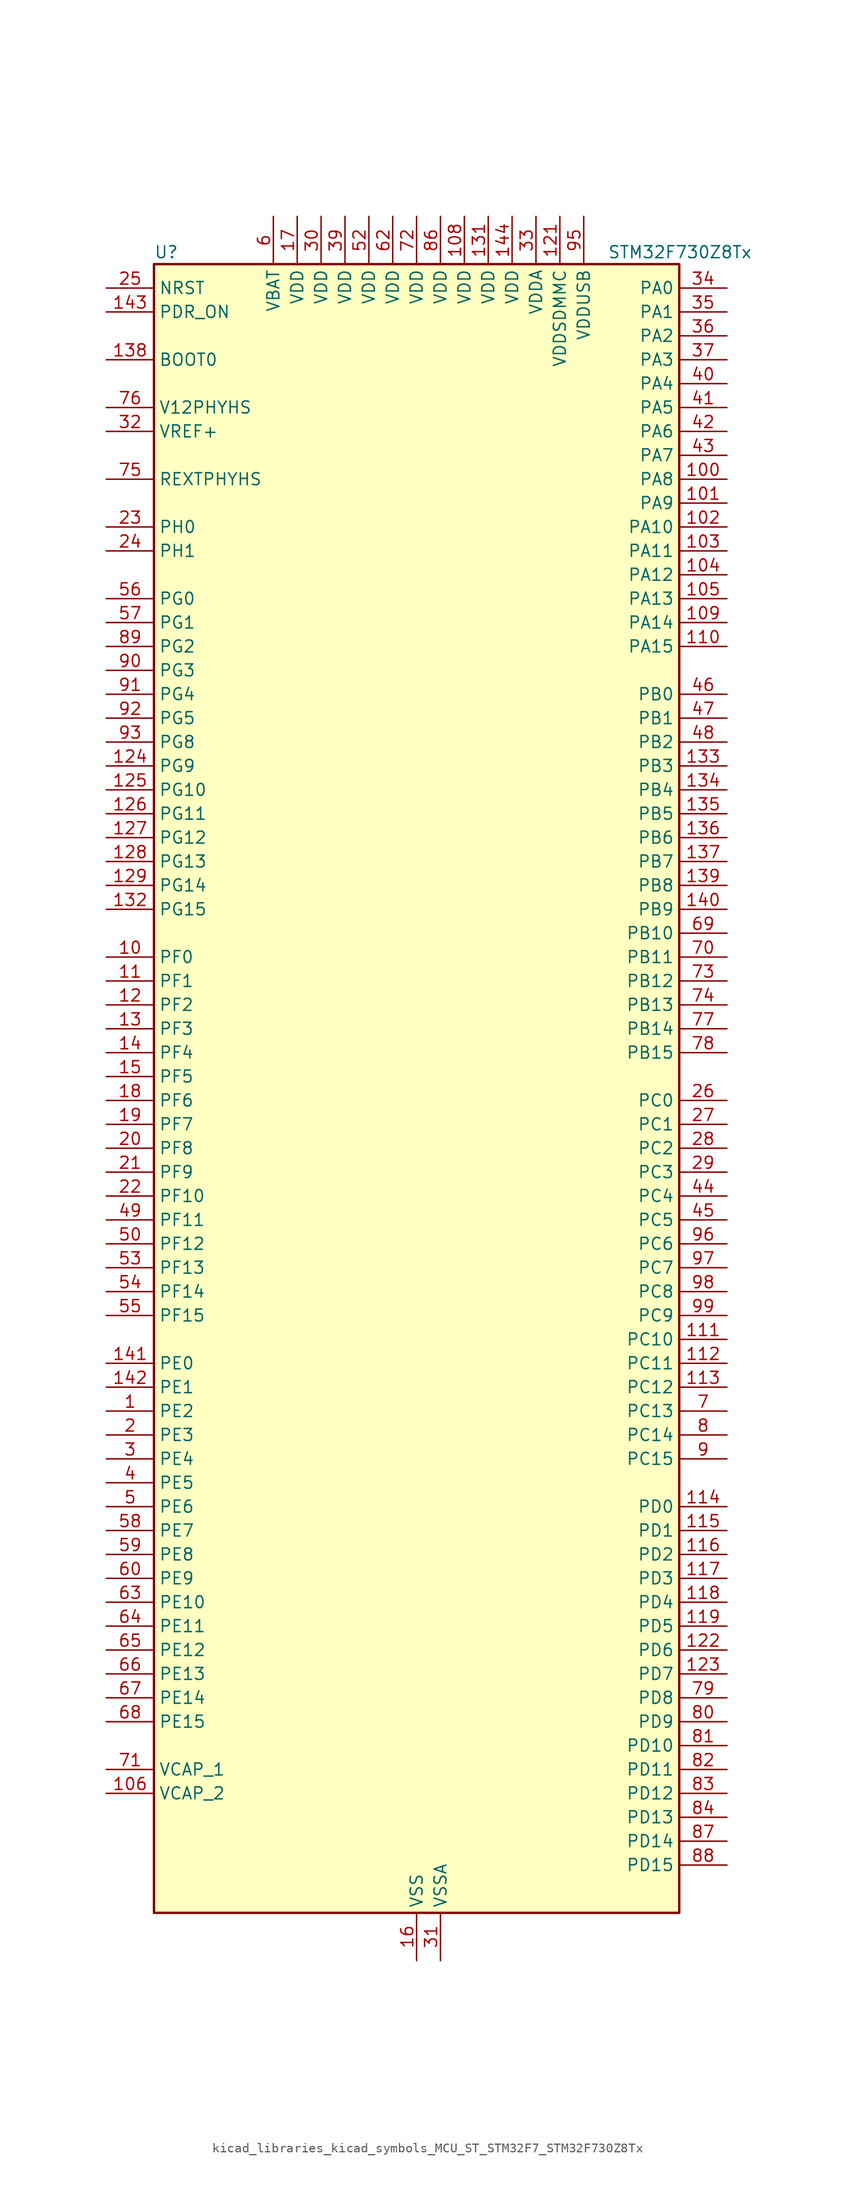
<source format=kicad_sym>
(kicad_symbol_lib
  (version 20220914)
  (generator kicad_symbol_editor)
  (symbol "kicad_libraries_kicad_symbols_MCU_ST_STM32F7_STM32F730Z8Tx"
    (property "Reference" "U"
      (at -27.94 90.17 0)
      (effects (font (size 1.27 1.27)) (justify left)))
    (property "Value" "STM32F730Z8Tx"
      (at 20.32 90.17 0)
      (effects (font (size 1.27 1.27)) (justify left)))
    (property "ki_locked" ""
      (at 0 0 0)
      (effects (font (size 1.27 1.27))))
    (symbol "kicad_libraries_kicad_symbols_MCU_ST_STM32F7_STM32F730Z8Tx_0_1"
      (rectangle (start -27.94 -86.36) (end 27.94 88.9) (stroke (width 0.254) (type default)) (fill (type background))))
    (symbol "kicad_libraries_kicad_symbols_MCU_ST_STM32F7_STM32F730Z8Tx_1_1"
      (pin bidirectional line (at -33.02 -33.02 0) (length 5.08) (name "PE2" (effects (font (size 1.27 1.27)))) (number "1" (effects (font (size 1.27 1.27)))) (alternate "FMC_A23" bidirectional line) (alternate "QUADSPI_BK1_IO2" bidirectional line) (alternate "SAI1_MCLK_A" bidirectional line) (alternate "SPI4_SCK" bidirectional line) (alternate "SYS_TRACECLK" bidirectional line))
      (pin bidirectional line (at -33.02 15.24 0) (length 5.08) (name "PF0" (effects (font (size 1.27 1.27)))) (number "10" (effects (font (size 1.27 1.27)))) (alternate "FMC_A0" bidirectional line) (alternate "I2C2_SDA" bidirectional line))
      (pin bidirectional line (at 33.02 66.04 180) (length 5.08) (name "PA8" (effects (font (size 1.27 1.27)))) (number "100" (effects (font (size 1.27 1.27)))) (alternate "I2C3_SCL" bidirectional line) (alternate "RCC_MCO_1" bidirectional line) (alternate "TIM1_CH1" bidirectional line) (alternate "TIM8_BKIN2" bidirectional line) (alternate "USART1_CK" bidirectional line) (alternate "USB_OTG_FS_SOF" bidirectional line))
      (pin bidirectional line (at 33.02 63.5 180) (length 5.08) (name "PA9" (effects (font (size 1.27 1.27)))) (number "101" (effects (font (size 1.27 1.27)))) (alternate "DAC_EXTI9" bidirectional line) (alternate "I2C3_SMBA" bidirectional line) (alternate "I2S2_CK" bidirectional line) (alternate "SPI2_SCK" bidirectional line) (alternate "TIM1_CH2" bidirectional line) (alternate "USART1_TX" bidirectional line) (alternate "USB_OTG_FS_VBUS" bidirectional line))
      (pin bidirectional line (at 33.02 60.96 180) (length 5.08) (name "PA10" (effects (font (size 1.27 1.27)))) (number "102" (effects (font (size 1.27 1.27)))) (alternate "TIM1_CH3" bidirectional line) (alternate "USART1_RX" bidirectional line) (alternate "USB_OTG_FS_ID" bidirectional line))
      (pin bidirectional line (at 33.02 58.42 180) (length 5.08) (name "PA11" (effects (font (size 1.27 1.27)))) (number "103" (effects (font (size 1.27 1.27)))) (alternate "ADC1_EXTI11" bidirectional line) (alternate "ADC2_EXTI11" bidirectional line) (alternate "ADC3_EXTI11" bidirectional line) (alternate "CAN1_RX" bidirectional line) (alternate "TIM1_CH4" bidirectional line) (alternate "USART1_CTS" bidirectional line) (alternate "USB_OTG_FS_DM" bidirectional line))
      (pin bidirectional line (at 33.02 55.88 180) (length 5.08) (name "PA12" (effects (font (size 1.27 1.27)))) (number "104" (effects (font (size 1.27 1.27)))) (alternate "CAN1_TX" bidirectional line) (alternate "SAI2_FS_B" bidirectional line) (alternate "TIM1_ETR" bidirectional line) (alternate "USART1_DE" bidirectional line) (alternate "USART1_RTS" bidirectional line) (alternate "USB_OTG_FS_DP" bidirectional line))
      (pin bidirectional line (at 33.02 53.34 180) (length 5.08) (name "PA13" (effects (font (size 1.27 1.27)))) (number "105" (effects (font (size 1.27 1.27)))) (alternate "SYS_JTMS-SWDIO" bidirectional line))
      (pin power_out line (at -33.02 -73.66 0) (length 5.08) (name "VCAP_2" (effects (font (size 1.27 1.27)))) (number "106" (effects (font (size 1.27 1.27)))))
      (pin passive line (at 0 -91.44 90) (length 5.08) hide (name "VSS" (effects (font (size 1.27 1.27)))) (number "107" (effects (font (size 1.27 1.27)))))
      (pin power_in line (at 5.08 93.98 270) (length 5.08) (name "VDD" (effects (font (size 1.27 1.27)))) (number "108" (effects (font (size 1.27 1.27)))))
      (pin bidirectional line (at 33.02 50.8 180) (length 5.08) (name "PA14" (effects (font (size 1.27 1.27)))) (number "109" (effects (font (size 1.27 1.27)))) (alternate "SYS_JTCK-SWCLK" bidirectional line))
      (pin bidirectional line (at -33.02 12.7 0) (length 5.08) (name "PF1" (effects (font (size 1.27 1.27)))) (number "11" (effects (font (size 1.27 1.27)))) (alternate "FMC_A1" bidirectional line) (alternate "I2C2_SCL" bidirectional line))
      (pin bidirectional line (at 33.02 48.26 180) (length 5.08) (name "PA15" (effects (font (size 1.27 1.27)))) (number "110" (effects (font (size 1.27 1.27)))) (alternate "I2S1_WS" bidirectional line) (alternate "I2S3_WS" bidirectional line) (alternate "SPI1_NSS" bidirectional line) (alternate "SPI3_NSS" bidirectional line) (alternate "SYS_JTDI" bidirectional line) (alternate "TIM2_CH1" bidirectional line) (alternate "TIM2_ETR" bidirectional line) (alternate "UART4_DE" bidirectional line) (alternate "UART4_RTS" bidirectional line))
      (pin bidirectional line (at 33.02 -25.4 180) (length 5.08) (name "PC10" (effects (font (size 1.27 1.27)))) (number "111" (effects (font (size 1.27 1.27)))) (alternate "I2S3_CK" bidirectional line) (alternate "QUADSPI_BK1_IO1" bidirectional line) (alternate "SDMMC1_D2" bidirectional line) (alternate "SPI3_SCK" bidirectional line) (alternate "UART4_TX" bidirectional line) (alternate "USART3_TX" bidirectional line))
      (pin bidirectional line (at 33.02 -27.94 180) (length 5.08) (name "PC11" (effects (font (size 1.27 1.27)))) (number "112" (effects (font (size 1.27 1.27)))) (alternate "ADC1_EXTI11" bidirectional line) (alternate "ADC2_EXTI11" bidirectional line) (alternate "ADC3_EXTI11" bidirectional line) (alternate "QUADSPI_BK2_NCS" bidirectional line) (alternate "SDMMC1_D3" bidirectional line) (alternate "SPI3_MISO" bidirectional line) (alternate "UART4_RX" bidirectional line) (alternate "USART3_RX" bidirectional line))
      (pin bidirectional line (at 33.02 -30.48 180) (length 5.08) (name "PC12" (effects (font (size 1.27 1.27)))) (number "113" (effects (font (size 1.27 1.27)))) (alternate "I2S3_SD" bidirectional line) (alternate "SDMMC1_CK" bidirectional line) (alternate "SPI3_MOSI" bidirectional line) (alternate "SYS_TRACED3" bidirectional line) (alternate "UART5_TX" bidirectional line) (alternate "USART3_CK" bidirectional line))
      (pin bidirectional line (at 33.02 -43.18 180) (length 5.08) (name "PD0" (effects (font (size 1.27 1.27)))) (number "114" (effects (font (size 1.27 1.27)))) (alternate "CAN1_RX" bidirectional line) (alternate "FMC_D2" bidirectional line) (alternate "FMC_DA2" bidirectional line))
      (pin bidirectional line (at 33.02 -45.72 180) (length 5.08) (name "PD1" (effects (font (size 1.27 1.27)))) (number "115" (effects (font (size 1.27 1.27)))) (alternate "CAN1_TX" bidirectional line) (alternate "FMC_D3" bidirectional line) (alternate "FMC_DA3" bidirectional line))
      (pin bidirectional line (at 33.02 -48.26 180) (length 5.08) (name "PD2" (effects (font (size 1.27 1.27)))) (number "116" (effects (font (size 1.27 1.27)))) (alternate "SDMMC1_CMD" bidirectional line) (alternate "SYS_TRACED2" bidirectional line) (alternate "TIM3_ETR" bidirectional line) (alternate "UART5_RX" bidirectional line))
      (pin bidirectional line (at 33.02 -50.8 180) (length 5.08) (name "PD3" (effects (font (size 1.27 1.27)))) (number "117" (effects (font (size 1.27 1.27)))) (alternate "FMC_CLK" bidirectional line) (alternate "I2S2_CK" bidirectional line) (alternate "SPI2_SCK" bidirectional line) (alternate "USART2_CTS" bidirectional line))
      (pin bidirectional line (at 33.02 -53.34 180) (length 5.08) (name "PD4" (effects (font (size 1.27 1.27)))) (number "118" (effects (font (size 1.27 1.27)))) (alternate "FMC_NOE" bidirectional line) (alternate "USART2_DE" bidirectional line) (alternate "USART2_RTS" bidirectional line))
      (pin bidirectional line (at 33.02 -55.88 180) (length 5.08) (name "PD5" (effects (font (size 1.27 1.27)))) (number "119" (effects (font (size 1.27 1.27)))) (alternate "FMC_NWE" bidirectional line) (alternate "USART2_TX" bidirectional line))
      (pin bidirectional line (at -33.02 10.16 0) (length 5.08) (name "PF2" (effects (font (size 1.27 1.27)))) (number "12" (effects (font (size 1.27 1.27)))) (alternate "FMC_A2" bidirectional line) (alternate "I2C2_SMBA" bidirectional line))
      (pin passive line (at 0 -91.44 90) (length 5.08) hide (name "VSS" (effects (font (size 1.27 1.27)))) (number "120" (effects (font (size 1.27 1.27)))))
      (pin power_in line (at 15.24 93.98 270) (length 5.08) (name "VDDSDMMC" (effects (font (size 1.27 1.27)))) (number "121" (effects (font (size 1.27 1.27)))))
      (pin bidirectional line (at 33.02 -58.42 180) (length 5.08) (name "PD6" (effects (font (size 1.27 1.27)))) (number "122" (effects (font (size 1.27 1.27)))) (alternate "FMC_NWAIT" bidirectional line) (alternate "I2S3_SD" bidirectional line) (alternate "SAI1_SD_A" bidirectional line) (alternate "SDMMC2_CK" bidirectional line) (alternate "SPI3_MOSI" bidirectional line) (alternate "USART2_RX" bidirectional line))
      (pin bidirectional line (at 33.02 -60.96 180) (length 5.08) (name "PD7" (effects (font (size 1.27 1.27)))) (number "123" (effects (font (size 1.27 1.27)))) (alternate "FMC_NE1" bidirectional line) (alternate "SDMMC2_CMD" bidirectional line) (alternate "USART2_CK" bidirectional line))
      (pin bidirectional line (at -33.02 35.56 0) (length 5.08) (name "PG9" (effects (font (size 1.27 1.27)))) (number "124" (effects (font (size 1.27 1.27)))) (alternate "DAC_EXTI9" bidirectional line) (alternate "FMC_NCE" bidirectional line) (alternate "FMC_NE2" bidirectional line) (alternate "QUADSPI_BK2_IO2" bidirectional line) (alternate "SAI2_FS_B" bidirectional line) (alternate "SDMMC2_D0" bidirectional line) (alternate "USART6_RX" bidirectional line))
      (pin bidirectional line (at -33.02 33.02 0) (length 5.08) (name "PG10" (effects (font (size 1.27 1.27)))) (number "125" (effects (font (size 1.27 1.27)))) (alternate "FMC_NE3" bidirectional line) (alternate "SAI2_SD_B" bidirectional line) (alternate "SDMMC2_D1" bidirectional line))
      (pin bidirectional line (at -33.02 30.48 0) (length 5.08) (name "PG11" (effects (font (size 1.27 1.27)))) (number "126" (effects (font (size 1.27 1.27)))) (alternate "ADC1_EXTI11" bidirectional line) (alternate "ADC2_EXTI11" bidirectional line) (alternate "ADC3_EXTI11" bidirectional line) (alternate "FMC_INT" bidirectional line) (alternate "SDMMC2_D2" bidirectional line))
      (pin bidirectional line (at -33.02 27.94 0) (length 5.08) (name "PG12" (effects (font (size 1.27 1.27)))) (number "127" (effects (font (size 1.27 1.27)))) (alternate "FMC_NE4" bidirectional line) (alternate "LPTIM1_IN1" bidirectional line) (alternate "SDMMC2_D3" bidirectional line) (alternate "USART6_DE" bidirectional line) (alternate "USART6_RTS" bidirectional line))
      (pin bidirectional line (at -33.02 25.4 0) (length 5.08) (name "PG13" (effects (font (size 1.27 1.27)))) (number "128" (effects (font (size 1.27 1.27)))) (alternate "FMC_A24" bidirectional line) (alternate "LPTIM1_OUT" bidirectional line) (alternate "SYS_TRACED0" bidirectional line) (alternate "USART6_CTS" bidirectional line))
      (pin bidirectional line (at -33.02 22.86 0) (length 5.08) (name "PG14" (effects (font (size 1.27 1.27)))) (number "129" (effects (font (size 1.27 1.27)))) (alternate "FMC_A25" bidirectional line) (alternate "LPTIM1_ETR" bidirectional line) (alternate "QUADSPI_BK2_IO3" bidirectional line) (alternate "SYS_TRACED1" bidirectional line) (alternate "USART6_TX" bidirectional line))
      (pin bidirectional line (at -33.02 7.62 0) (length 5.08) (name "PF3" (effects (font (size 1.27 1.27)))) (number "13" (effects (font (size 1.27 1.27)))) (alternate "ADC3_IN9" bidirectional line) (alternate "FMC_A3" bidirectional line))
      (pin passive line (at 0 -91.44 90) (length 5.08) hide (name "VSS" (effects (font (size 1.27 1.27)))) (number "130" (effects (font (size 1.27 1.27)))))
      (pin power_in line (at 7.62 93.98 270) (length 5.08) (name "VDD" (effects (font (size 1.27 1.27)))) (number "131" (effects (font (size 1.27 1.27)))))
      (pin bidirectional line (at -33.02 20.32 0) (length 5.08) (name "PG15" (effects (font (size 1.27 1.27)))) (number "132" (effects (font (size 1.27 1.27)))) (alternate "FMC_SDNCAS" bidirectional line) (alternate "USART6_CTS" bidirectional line))
      (pin bidirectional line (at 33.02 35.56 180) (length 5.08) (name "PB3" (effects (font (size 1.27 1.27)))) (number "133" (effects (font (size 1.27 1.27)))) (alternate "I2S1_CK" bidirectional line) (alternate "I2S3_CK" bidirectional line) (alternate "SDMMC2_D2" bidirectional line) (alternate "SPI1_SCK" bidirectional line) (alternate "SPI3_SCK" bidirectional line) (alternate "SYS_JTDO-SWO" bidirectional line) (alternate "TIM2_CH2" bidirectional line))
      (pin bidirectional line (at 33.02 33.02 180) (length 5.08) (name "PB4" (effects (font (size 1.27 1.27)))) (number "134" (effects (font (size 1.27 1.27)))) (alternate "I2S2_WS" bidirectional line) (alternate "SDMMC2_D3" bidirectional line) (alternate "SPI1_MISO" bidirectional line) (alternate "SPI2_NSS" bidirectional line) (alternate "SPI3_MISO" bidirectional line) (alternate "SYS_JTRST" bidirectional line) (alternate "TIM3_CH1" bidirectional line))
      (pin bidirectional line (at 33.02 30.48 180) (length 5.08) (name "PB5" (effects (font (size 1.27 1.27)))) (number "135" (effects (font (size 1.27 1.27)))) (alternate "FMC_SDCKE1" bidirectional line) (alternate "I2C1_SMBA" bidirectional line) (alternate "I2S1_SD" bidirectional line) (alternate "I2S3_SD" bidirectional line) (alternate "SPI1_MOSI" bidirectional line) (alternate "SPI3_MOSI" bidirectional line) (alternate "TIM3_CH2" bidirectional line))
      (pin bidirectional line (at 33.02 27.94 180) (length 5.08) (name "PB6" (effects (font (size 1.27 1.27)))) (number "136" (effects (font (size 1.27 1.27)))) (alternate "FMC_SDNE1" bidirectional line) (alternate "I2C1_SCL" bidirectional line) (alternate "QUADSPI_BK1_NCS" bidirectional line) (alternate "TIM4_CH1" bidirectional line) (alternate "USART1_TX" bidirectional line))
      (pin bidirectional line (at 33.02 25.4 180) (length 5.08) (name "PB7" (effects (font (size 1.27 1.27)))) (number "137" (effects (font (size 1.27 1.27)))) (alternate "FMC_NL" bidirectional line) (alternate "I2C1_SDA" bidirectional line) (alternate "TIM4_CH2" bidirectional line) (alternate "USART1_RX" bidirectional line))
      (pin input line (at -33.02 78.74 0) (length 5.08) (name "BOOT0" (effects (font (size 1.27 1.27)))) (number "138" (effects (font (size 1.27 1.27)))))
      (pin bidirectional line (at 33.02 22.86 180) (length 5.08) (name "PB8" (effects (font (size 1.27 1.27)))) (number "139" (effects (font (size 1.27 1.27)))) (alternate "CAN1_RX" bidirectional line) (alternate "I2C1_SCL" bidirectional line) (alternate "SDMMC1_D4" bidirectional line) (alternate "SDMMC2_D4" bidirectional line) (alternate "TIM10_CH1" bidirectional line) (alternate "TIM4_CH3" bidirectional line))
      (pin bidirectional line (at -33.02 5.08 0) (length 5.08) (name "PF4" (effects (font (size 1.27 1.27)))) (number "14" (effects (font (size 1.27 1.27)))) (alternate "ADC3_IN14" bidirectional line) (alternate "FMC_A4" bidirectional line))
      (pin bidirectional line (at 33.02 20.32 180) (length 5.08) (name "PB9" (effects (font (size 1.27 1.27)))) (number "140" (effects (font (size 1.27 1.27)))) (alternate "CAN1_TX" bidirectional line) (alternate "DAC_EXTI9" bidirectional line) (alternate "I2C1_SDA" bidirectional line) (alternate "I2S2_WS" bidirectional line) (alternate "SDMMC1_D5" bidirectional line) (alternate "SDMMC2_D5" bidirectional line) (alternate "SPI2_NSS" bidirectional line) (alternate "TIM11_CH1" bidirectional line) (alternate "TIM4_CH4" bidirectional line))
      (pin bidirectional line (at -33.02 -27.94 0) (length 5.08) (name "PE0" (effects (font (size 1.27 1.27)))) (number "141" (effects (font (size 1.27 1.27)))) (alternate "FMC_NBL0" bidirectional line) (alternate "LPTIM1_ETR" bidirectional line) (alternate "SAI2_MCLK_A" bidirectional line) (alternate "TIM4_ETR" bidirectional line) (alternate "UART8_RX" bidirectional line))
      (pin bidirectional line (at -33.02 -30.48 0) (length 5.08) (name "PE1" (effects (font (size 1.27 1.27)))) (number "142" (effects (font (size 1.27 1.27)))) (alternate "FMC_NBL1" bidirectional line) (alternate "LPTIM1_IN2" bidirectional line) (alternate "UART8_TX" bidirectional line))
      (pin input line (at -33.02 83.82 0) (length 5.08) (name "PDR_ON" (effects (font (size 1.27 1.27)))) (number "143" (effects (font (size 1.27 1.27)))))
      (pin power_in line (at 10.16 93.98 270) (length 5.08) (name "VDD" (effects (font (size 1.27 1.27)))) (number "144" (effects (font (size 1.27 1.27)))))
      (pin bidirectional line (at -33.02 2.54 0) (length 5.08) (name "PF5" (effects (font (size 1.27 1.27)))) (number "15" (effects (font (size 1.27 1.27)))) (alternate "ADC3_IN15" bidirectional line) (alternate "FMC_A5" bidirectional line))
      (pin power_in line (at 0 -91.44 90) (length 5.08) (name "VSS" (effects (font (size 1.27 1.27)))) (number "16" (effects (font (size 1.27 1.27)))))
      (pin power_in line (at -12.7 93.98 270) (length 5.08) (name "VDD" (effects (font (size 1.27 1.27)))) (number "17" (effects (font (size 1.27 1.27)))))
      (pin bidirectional line (at -33.02 0 0) (length 5.08) (name "PF6" (effects (font (size 1.27 1.27)))) (number "18" (effects (font (size 1.27 1.27)))) (alternate "ADC3_IN4" bidirectional line) (alternate "QUADSPI_BK1_IO3" bidirectional line) (alternate "SAI1_SD_B" bidirectional line) (alternate "SPI5_NSS" bidirectional line) (alternate "TIM10_CH1" bidirectional line) (alternate "UART7_RX" bidirectional line))
      (pin bidirectional line (at -33.02 -2.54 0) (length 5.08) (name "PF7" (effects (font (size 1.27 1.27)))) (number "19" (effects (font (size 1.27 1.27)))) (alternate "ADC3_IN5" bidirectional line) (alternate "QUADSPI_BK1_IO2" bidirectional line) (alternate "SAI1_MCLK_B" bidirectional line) (alternate "SPI5_SCK" bidirectional line) (alternate "TIM11_CH1" bidirectional line) (alternate "UART7_TX" bidirectional line))
      (pin bidirectional line (at -33.02 -35.56 0) (length 5.08) (name "PE3" (effects (font (size 1.27 1.27)))) (number "2" (effects (font (size 1.27 1.27)))) (alternate "FMC_A19" bidirectional line) (alternate "SAI1_SD_B" bidirectional line) (alternate "SYS_TRACED0" bidirectional line))
      (pin bidirectional line (at -33.02 -5.08 0) (length 5.08) (name "PF8" (effects (font (size 1.27 1.27)))) (number "20" (effects (font (size 1.27 1.27)))) (alternate "ADC3_IN6" bidirectional line) (alternate "QUADSPI_BK1_IO0" bidirectional line) (alternate "SAI1_SCK_B" bidirectional line) (alternate "SPI5_MISO" bidirectional line) (alternate "TIM13_CH1" bidirectional line) (alternate "UART7_DE" bidirectional line) (alternate "UART7_RTS" bidirectional line))
      (pin bidirectional line (at -33.02 -7.62 0) (length 5.08) (name "PF9" (effects (font (size 1.27 1.27)))) (number "21" (effects (font (size 1.27 1.27)))) (alternate "ADC3_IN7" bidirectional line) (alternate "DAC_EXTI9" bidirectional line) (alternate "QUADSPI_BK1_IO1" bidirectional line) (alternate "SAI1_FS_B" bidirectional line) (alternate "SPI5_MOSI" bidirectional line) (alternate "TIM14_CH1" bidirectional line) (alternate "UART7_CTS" bidirectional line))
      (pin bidirectional line (at -33.02 -10.16 0) (length 5.08) (name "PF10" (effects (font (size 1.27 1.27)))) (number "22" (effects (font (size 1.27 1.27)))) (alternate "ADC3_IN8" bidirectional line))
      (pin bidirectional line (at -33.02 60.96 0) (length 5.08) (name "PH0" (effects (font (size 1.27 1.27)))) (number "23" (effects (font (size 1.27 1.27)))) (alternate "RCC_OSC_IN" bidirectional line))
      (pin bidirectional line (at -33.02 58.42 0) (length 5.08) (name "PH1" (effects (font (size 1.27 1.27)))) (number "24" (effects (font (size 1.27 1.27)))) (alternate "RCC_OSC_OUT" bidirectional line))
      (pin input line (at -33.02 86.36 0) (length 5.08) (name "NRST" (effects (font (size 1.27 1.27)))) (number "25" (effects (font (size 1.27 1.27)))))
      (pin bidirectional line (at 33.02 0 180) (length 5.08) (name "PC0" (effects (font (size 1.27 1.27)))) (number "26" (effects (font (size 1.27 1.27)))) (alternate "ADC1_IN10" bidirectional line) (alternate "ADC2_IN10" bidirectional line) (alternate "ADC3_IN10" bidirectional line) (alternate "FMC_SDNWE" bidirectional line) (alternate "SAI2_FS_B" bidirectional line))
      (pin bidirectional line (at 33.02 -2.54 180) (length 5.08) (name "PC1" (effects (font (size 1.27 1.27)))) (number "27" (effects (font (size 1.27 1.27)))) (alternate "ADC1_IN11" bidirectional line) (alternate "ADC2_IN11" bidirectional line) (alternate "ADC3_IN11" bidirectional line) (alternate "I2S2_SD" bidirectional line) (alternate "RTC_TAMP3" bidirectional line) (alternate "RTC_TS" bidirectional line) (alternate "SAI1_SD_A" bidirectional line) (alternate "SPI2_MOSI" bidirectional line) (alternate "SYS_TRACED0" bidirectional line) (alternate "SYS_WKUP3" bidirectional line))
      (pin bidirectional line (at 33.02 -5.08 180) (length 5.08) (name "PC2" (effects (font (size 1.27 1.27)))) (number "28" (effects (font (size 1.27 1.27)))) (alternate "ADC1_IN12" bidirectional line) (alternate "ADC2_IN12" bidirectional line) (alternate "ADC3_IN12" bidirectional line) (alternate "FMC_SDNE0" bidirectional line) (alternate "SPI2_MISO" bidirectional line))
      (pin bidirectional line (at 33.02 -7.62 180) (length 5.08) (name "PC3" (effects (font (size 1.27 1.27)))) (number "29" (effects (font (size 1.27 1.27)))) (alternate "ADC1_IN13" bidirectional line) (alternate "ADC2_IN13" bidirectional line) (alternate "ADC3_IN13" bidirectional line) (alternate "FMC_SDCKE0" bidirectional line) (alternate "I2S2_SD" bidirectional line) (alternate "SPI2_MOSI" bidirectional line))
      (pin bidirectional line (at -33.02 -38.1 0) (length 5.08) (name "PE4" (effects (font (size 1.27 1.27)))) (number "3" (effects (font (size 1.27 1.27)))) (alternate "FMC_A20" bidirectional line) (alternate "SAI1_FS_A" bidirectional line) (alternate "SPI4_NSS" bidirectional line) (alternate "SYS_TRACED1" bidirectional line))
      (pin power_in line (at -10.16 93.98 270) (length 5.08) (name "VDD" (effects (font (size 1.27 1.27)))) (number "30" (effects (font (size 1.27 1.27)))))
      (pin power_in line (at 2.54 -91.44 90) (length 5.08) (name "VSSA" (effects (font (size 1.27 1.27)))) (number "31" (effects (font (size 1.27 1.27)))))
      (pin input line (at -33.02 71.12 0) (length 5.08) (name "VREF+" (effects (font (size 1.27 1.27)))) (number "32" (effects (font (size 1.27 1.27)))))
      (pin power_in line (at 12.7 93.98 270) (length 5.08) (name "VDDA" (effects (font (size 1.27 1.27)))) (number "33" (effects (font (size 1.27 1.27)))))
      (pin bidirectional line (at 33.02 86.36 180) (length 5.08) (name "PA0" (effects (font (size 1.27 1.27)))) (number "34" (effects (font (size 1.27 1.27)))) (alternate "ADC1_IN0" bidirectional line) (alternate "ADC2_IN0" bidirectional line) (alternate "ADC3_IN0" bidirectional line) (alternate "SAI2_SD_B" bidirectional line) (alternate "SYS_WKUP1" bidirectional line) (alternate "TIM2_CH1" bidirectional line) (alternate "TIM2_ETR" bidirectional line) (alternate "TIM5_CH1" bidirectional line) (alternate "TIM8_ETR" bidirectional line) (alternate "UART4_TX" bidirectional line) (alternate "USART2_CTS" bidirectional line))
      (pin bidirectional line (at 33.02 83.82 180) (length 5.08) (name "PA1" (effects (font (size 1.27 1.27)))) (number "35" (effects (font (size 1.27 1.27)))) (alternate "ADC1_IN1" bidirectional line) (alternate "ADC2_IN1" bidirectional line) (alternate "ADC3_IN1" bidirectional line) (alternate "QUADSPI_BK1_IO3" bidirectional line) (alternate "SAI2_MCLK_B" bidirectional line) (alternate "TIM2_CH2" bidirectional line) (alternate "TIM5_CH2" bidirectional line) (alternate "UART4_RX" bidirectional line) (alternate "USART2_DE" bidirectional line) (alternate "USART2_RTS" bidirectional line))
      (pin bidirectional line (at 33.02 81.28 180) (length 5.08) (name "PA2" (effects (font (size 1.27 1.27)))) (number "36" (effects (font (size 1.27 1.27)))) (alternate "ADC1_IN2" bidirectional line) (alternate "ADC2_IN2" bidirectional line) (alternate "ADC3_IN2" bidirectional line) (alternate "SAI2_SCK_B" bidirectional line) (alternate "SYS_WKUP2" bidirectional line) (alternate "TIM2_CH3" bidirectional line) (alternate "TIM5_CH3" bidirectional line) (alternate "TIM9_CH1" bidirectional line) (alternate "USART2_TX" bidirectional line))
      (pin bidirectional line (at 33.02 78.74 180) (length 5.08) (name "PA3" (effects (font (size 1.27 1.27)))) (number "37" (effects (font (size 1.27 1.27)))) (alternate "ADC1_IN3" bidirectional line) (alternate "ADC2_IN3" bidirectional line) (alternate "ADC3_IN3" bidirectional line) (alternate "TIM2_CH4" bidirectional line) (alternate "TIM5_CH4" bidirectional line) (alternate "TIM9_CH2" bidirectional line) (alternate "USART2_RX" bidirectional line))
      (pin passive line (at 0 -91.44 90) (length 5.08) hide (name "VSS" (effects (font (size 1.27 1.27)))) (number "38" (effects (font (size 1.27 1.27)))))
      (pin power_in line (at -7.62 93.98 270) (length 5.08) (name "VDD" (effects (font (size 1.27 1.27)))) (number "39" (effects (font (size 1.27 1.27)))))
      (pin bidirectional line (at -33.02 -40.64 0) (length 5.08) (name "PE5" (effects (font (size 1.27 1.27)))) (number "4" (effects (font (size 1.27 1.27)))) (alternate "FMC_A21" bidirectional line) (alternate "SAI1_SCK_A" bidirectional line) (alternate "SPI4_MISO" bidirectional line) (alternate "SYS_TRACED2" bidirectional line) (alternate "TIM9_CH1" bidirectional line))
      (pin bidirectional line (at 33.02 76.2 180) (length 5.08) (name "PA4" (effects (font (size 1.27 1.27)))) (number "40" (effects (font (size 1.27 1.27)))) (alternate "ADC1_IN4" bidirectional line) (alternate "ADC2_IN4" bidirectional line) (alternate "DAC_OUT1" bidirectional line) (alternate "I2S1_WS" bidirectional line) (alternate "I2S3_WS" bidirectional line) (alternate "SPI1_NSS" bidirectional line) (alternate "SPI3_NSS" bidirectional line) (alternate "USART2_CK" bidirectional line) (alternate "USB_OTG_HS_SOF" bidirectional line))
      (pin bidirectional line (at 33.02 73.66 180) (length 5.08) (name "PA5" (effects (font (size 1.27 1.27)))) (number "41" (effects (font (size 1.27 1.27)))) (alternate "ADC1_IN5" bidirectional line) (alternate "ADC2_IN5" bidirectional line) (alternate "DAC_OUT2" bidirectional line) (alternate "I2S1_CK" bidirectional line) (alternate "SPI1_SCK" bidirectional line) (alternate "TIM2_CH1" bidirectional line) (alternate "TIM2_ETR" bidirectional line) (alternate "TIM8_CH1N" bidirectional line))
      (pin bidirectional line (at 33.02 71.12 180) (length 5.08) (name "PA6" (effects (font (size 1.27 1.27)))) (number "42" (effects (font (size 1.27 1.27)))) (alternate "ADC1_IN6" bidirectional line) (alternate "ADC2_IN6" bidirectional line) (alternate "SPI1_MISO" bidirectional line) (alternate "TIM13_CH1" bidirectional line) (alternate "TIM1_BKIN" bidirectional line) (alternate "TIM3_CH1" bidirectional line) (alternate "TIM8_BKIN" bidirectional line))
      (pin bidirectional line (at 33.02 68.58 180) (length 5.08) (name "PA7" (effects (font (size 1.27 1.27)))) (number "43" (effects (font (size 1.27 1.27)))) (alternate "ADC1_IN7" bidirectional line) (alternate "ADC2_IN7" bidirectional line) (alternate "FMC_SDNWE" bidirectional line) (alternate "I2S1_SD" bidirectional line) (alternate "SPI1_MOSI" bidirectional line) (alternate "TIM14_CH1" bidirectional line) (alternate "TIM1_CH1N" bidirectional line) (alternate "TIM3_CH2" bidirectional line) (alternate "TIM8_CH1N" bidirectional line))
      (pin bidirectional line (at 33.02 -10.16 180) (length 5.08) (name "PC4" (effects (font (size 1.27 1.27)))) (number "44" (effects (font (size 1.27 1.27)))) (alternate "ADC1_IN14" bidirectional line) (alternate "ADC2_IN14" bidirectional line) (alternate "FMC_SDNE0" bidirectional line) (alternate "I2S1_MCK" bidirectional line))
      (pin bidirectional line (at 33.02 -12.7 180) (length 5.08) (name "PC5" (effects (font (size 1.27 1.27)))) (number "45" (effects (font (size 1.27 1.27)))) (alternate "ADC1_IN15" bidirectional line) (alternate "ADC2_IN15" bidirectional line) (alternate "FMC_SDCKE0" bidirectional line))
      (pin bidirectional line (at 33.02 43.18 180) (length 5.08) (name "PB0" (effects (font (size 1.27 1.27)))) (number "46" (effects (font (size 1.27 1.27)))) (alternate "ADC1_IN8" bidirectional line) (alternate "ADC2_IN8" bidirectional line) (alternate "TIM1_CH2N" bidirectional line) (alternate "TIM3_CH3" bidirectional line) (alternate "TIM8_CH2N" bidirectional line) (alternate "UART4_CTS" bidirectional line))
      (pin bidirectional line (at 33.02 40.64 180) (length 5.08) (name "PB1" (effects (font (size 1.27 1.27)))) (number "47" (effects (font (size 1.27 1.27)))) (alternate "ADC1_IN9" bidirectional line) (alternate "ADC2_IN9" bidirectional line) (alternate "TIM1_CH3N" bidirectional line) (alternate "TIM3_CH4" bidirectional line) (alternate "TIM8_CH3N" bidirectional line))
      (pin bidirectional line (at 33.02 38.1 180) (length 5.08) (name "PB2" (effects (font (size 1.27 1.27)))) (number "48" (effects (font (size 1.27 1.27)))) (alternate "I2S3_SD" bidirectional line) (alternate "QUADSPI_CLK" bidirectional line) (alternate "SAI1_SD_A" bidirectional line) (alternate "SPI3_MOSI" bidirectional line))
      (pin bidirectional line (at -33.02 -12.7 0) (length 5.08) (name "PF11" (effects (font (size 1.27 1.27)))) (number "49" (effects (font (size 1.27 1.27)))) (alternate "ADC1_EXTI11" bidirectional line) (alternate "ADC2_EXTI11" bidirectional line) (alternate "ADC3_EXTI11" bidirectional line) (alternate "FMC_SDNRAS" bidirectional line) (alternate "SAI2_SD_B" bidirectional line) (alternate "SPI5_MOSI" bidirectional line))
      (pin bidirectional line (at -33.02 -43.18 0) (length 5.08) (name "PE6" (effects (font (size 1.27 1.27)))) (number "5" (effects (font (size 1.27 1.27)))) (alternate "FMC_A22" bidirectional line) (alternate "SAI1_SD_A" bidirectional line) (alternate "SAI2_MCLK_B" bidirectional line) (alternate "SPI4_MOSI" bidirectional line) (alternate "SYS_TRACED3" bidirectional line) (alternate "TIM1_BKIN2" bidirectional line) (alternate "TIM9_CH2" bidirectional line))
      (pin bidirectional line (at -33.02 -15.24 0) (length 5.08) (name "PF12" (effects (font (size 1.27 1.27)))) (number "50" (effects (font (size 1.27 1.27)))) (alternate "FMC_A6" bidirectional line))
      (pin passive line (at 0 -91.44 90) (length 5.08) hide (name "VSS" (effects (font (size 1.27 1.27)))) (number "51" (effects (font (size 1.27 1.27)))))
      (pin power_in line (at -5.08 93.98 270) (length 5.08) (name "VDD" (effects (font (size 1.27 1.27)))) (number "52" (effects (font (size 1.27 1.27)))))
      (pin bidirectional line (at -33.02 -17.78 0) (length 5.08) (name "PF13" (effects (font (size 1.27 1.27)))) (number "53" (effects (font (size 1.27 1.27)))) (alternate "FMC_A7" bidirectional line))
      (pin bidirectional line (at -33.02 -20.32 0) (length 5.08) (name "PF14" (effects (font (size 1.27 1.27)))) (number "54" (effects (font (size 1.27 1.27)))) (alternate "FMC_A8" bidirectional line))
      (pin bidirectional line (at -33.02 -22.86 0) (length 5.08) (name "PF15" (effects (font (size 1.27 1.27)))) (number "55" (effects (font (size 1.27 1.27)))) (alternate "FMC_A9" bidirectional line))
      (pin bidirectional line (at -33.02 53.34 0) (length 5.08) (name "PG0" (effects (font (size 1.27 1.27)))) (number "56" (effects (font (size 1.27 1.27)))) (alternate "FMC_A10" bidirectional line))
      (pin bidirectional line (at -33.02 50.8 0) (length 5.08) (name "PG1" (effects (font (size 1.27 1.27)))) (number "57" (effects (font (size 1.27 1.27)))) (alternate "FMC_A11" bidirectional line))
      (pin bidirectional line (at -33.02 -45.72 0) (length 5.08) (name "PE7" (effects (font (size 1.27 1.27)))) (number "58" (effects (font (size 1.27 1.27)))) (alternate "FMC_D4" bidirectional line) (alternate "FMC_DA4" bidirectional line) (alternate "QUADSPI_BK2_IO0" bidirectional line) (alternate "TIM1_ETR" bidirectional line) (alternate "UART7_RX" bidirectional line))
      (pin bidirectional line (at -33.02 -48.26 0) (length 5.08) (name "PE8" (effects (font (size 1.27 1.27)))) (number "59" (effects (font (size 1.27 1.27)))) (alternate "FMC_D5" bidirectional line) (alternate "FMC_DA5" bidirectional line) (alternate "QUADSPI_BK2_IO1" bidirectional line) (alternate "TIM1_CH1N" bidirectional line) (alternate "UART7_TX" bidirectional line))
      (pin power_in line (at -15.24 93.98 270) (length 5.08) (name "VBAT" (effects (font (size 1.27 1.27)))) (number "6" (effects (font (size 1.27 1.27)))))
      (pin bidirectional line (at -33.02 -50.8 0) (length 5.08) (name "PE9" (effects (font (size 1.27 1.27)))) (number "60" (effects (font (size 1.27 1.27)))) (alternate "DAC_EXTI9" bidirectional line) (alternate "FMC_D6" bidirectional line) (alternate "FMC_DA6" bidirectional line) (alternate "QUADSPI_BK2_IO2" bidirectional line) (alternate "TIM1_CH1" bidirectional line) (alternate "UART7_DE" bidirectional line) (alternate "UART7_RTS" bidirectional line))
      (pin passive line (at 0 -91.44 90) (length 5.08) hide (name "VSS" (effects (font (size 1.27 1.27)))) (number "61" (effects (font (size 1.27 1.27)))))
      (pin power_in line (at -2.54 93.98 270) (length 5.08) (name "VDD" (effects (font (size 1.27 1.27)))) (number "62" (effects (font (size 1.27 1.27)))))
      (pin bidirectional line (at -33.02 -53.34 0) (length 5.08) (name "PE10" (effects (font (size 1.27 1.27)))) (number "63" (effects (font (size 1.27 1.27)))) (alternate "FMC_D7" bidirectional line) (alternate "FMC_DA7" bidirectional line) (alternate "QUADSPI_BK2_IO3" bidirectional line) (alternate "TIM1_CH2N" bidirectional line) (alternate "UART7_CTS" bidirectional line))
      (pin bidirectional line (at -33.02 -55.88 0) (length 5.08) (name "PE11" (effects (font (size 1.27 1.27)))) (number "64" (effects (font (size 1.27 1.27)))) (alternate "ADC1_EXTI11" bidirectional line) (alternate "ADC2_EXTI11" bidirectional line) (alternate "ADC3_EXTI11" bidirectional line) (alternate "FMC_D8" bidirectional line) (alternate "FMC_DA8" bidirectional line) (alternate "SAI2_SD_B" bidirectional line) (alternate "SPI4_NSS" bidirectional line) (alternate "TIM1_CH2" bidirectional line))
      (pin bidirectional line (at -33.02 -58.42 0) (length 5.08) (name "PE12" (effects (font (size 1.27 1.27)))) (number "65" (effects (font (size 1.27 1.27)))) (alternate "FMC_D9" bidirectional line) (alternate "FMC_DA9" bidirectional line) (alternate "SAI2_SCK_B" bidirectional line) (alternate "SPI4_SCK" bidirectional line) (alternate "TIM1_CH3N" bidirectional line))
      (pin bidirectional line (at -33.02 -60.96 0) (length 5.08) (name "PE13" (effects (font (size 1.27 1.27)))) (number "66" (effects (font (size 1.27 1.27)))) (alternate "FMC_D10" bidirectional line) (alternate "FMC_DA10" bidirectional line) (alternate "SAI2_FS_B" bidirectional line) (alternate "SPI4_MISO" bidirectional line) (alternate "TIM1_CH3" bidirectional line))
      (pin bidirectional line (at -33.02 -63.5 0) (length 5.08) (name "PE14" (effects (font (size 1.27 1.27)))) (number "67" (effects (font (size 1.27 1.27)))) (alternate "FMC_D11" bidirectional line) (alternate "FMC_DA11" bidirectional line) (alternate "SAI2_MCLK_B" bidirectional line) (alternate "SPI4_MOSI" bidirectional line) (alternate "TIM1_CH4" bidirectional line))
      (pin bidirectional line (at -33.02 -66.04 0) (length 5.08) (name "PE15" (effects (font (size 1.27 1.27)))) (number "68" (effects (font (size 1.27 1.27)))) (alternate "FMC_D12" bidirectional line) (alternate "FMC_DA12" bidirectional line) (alternate "TIM1_BKIN" bidirectional line))
      (pin bidirectional line (at 33.02 17.78 180) (length 5.08) (name "PB10" (effects (font (size 1.27 1.27)))) (number "69" (effects (font (size 1.27 1.27)))) (alternate "I2C2_SCL" bidirectional line) (alternate "I2S2_CK" bidirectional line) (alternate "SPI2_SCK" bidirectional line) (alternate "TIM2_CH3" bidirectional line) (alternate "USART3_TX" bidirectional line))
      (pin bidirectional line (at 33.02 -33.02 180) (length 5.08) (name "PC13" (effects (font (size 1.27 1.27)))) (number "7" (effects (font (size 1.27 1.27)))) (alternate "RTC_OUT" bidirectional line) (alternate "RTC_TAMP1" bidirectional line) (alternate "RTC_TS" bidirectional line) (alternate "SYS_WKUP4" bidirectional line))
      (pin bidirectional line (at 33.02 15.24 180) (length 5.08) (name "PB11" (effects (font (size 1.27 1.27)))) (number "70" (effects (font (size 1.27 1.27)))) (alternate "ADC1_EXTI11" bidirectional line) (alternate "ADC2_EXTI11" bidirectional line) (alternate "ADC3_EXTI11" bidirectional line) (alternate "I2C2_SDA" bidirectional line) (alternate "TIM2_CH4" bidirectional line) (alternate "USART3_RX" bidirectional line))
      (pin power_out line (at -33.02 -71.12 0) (length 5.08) (name "VCAP_1" (effects (font (size 1.27 1.27)))) (number "71" (effects (font (size 1.27 1.27)))))
      (pin power_in line (at 0 93.98 270) (length 5.08) (name "VDD" (effects (font (size 1.27 1.27)))) (number "72" (effects (font (size 1.27 1.27)))))
      (pin bidirectional line (at 33.02 12.7 180) (length 5.08) (name "PB12" (effects (font (size 1.27 1.27)))) (number "73" (effects (font (size 1.27 1.27)))) (alternate "I2C2_SMBA" bidirectional line) (alternate "I2S2_WS" bidirectional line) (alternate "SPI2_NSS" bidirectional line) (alternate "TIM1_BKIN" bidirectional line) (alternate "USART3_CK" bidirectional line) (alternate "USB_OTG_HS_ID" bidirectional line))
      (pin bidirectional line (at 33.02 10.16 180) (length 5.08) (name "PB13" (effects (font (size 1.27 1.27)))) (number "74" (effects (font (size 1.27 1.27)))) (alternate "I2S2_CK" bidirectional line) (alternate "SPI2_SCK" bidirectional line) (alternate "TIM1_CH1N" bidirectional line) (alternate "USART3_CTS" bidirectional line) (alternate "USB_OTG_HS_VBUS" bidirectional line))
      (pin bidirectional line (at -33.02 66.04 0) (length 5.08) (name "REXTPHYHS" (effects (font (size 1.27 1.27)))) (number "75" (effects (font (size 1.27 1.27)))) (alternate "USB_OTG_HS_REXTPHYHS" bidirectional line))
      (pin power_in line (at -33.02 73.66 0) (length 5.08) (name "V12PHYHS" (effects (font (size 1.27 1.27)))) (number "76" (effects (font (size 1.27 1.27)))))
      (pin bidirectional line (at 33.02 7.62 180) (length 5.08) (name "PB14" (effects (font (size 1.27 1.27)))) (number "77" (effects (font (size 1.27 1.27)))) (alternate "USB_OTG_HS_DM" bidirectional line))
      (pin bidirectional line (at 33.02 5.08 180) (length 5.08) (name "PB15" (effects (font (size 1.27 1.27)))) (number "78" (effects (font (size 1.27 1.27)))) (alternate "USB_OTG_HS_DP" bidirectional line))
      (pin bidirectional line (at 33.02 -63.5 180) (length 5.08) (name "PD8" (effects (font (size 1.27 1.27)))) (number "79" (effects (font (size 1.27 1.27)))) (alternate "FMC_D13" bidirectional line) (alternate "FMC_DA13" bidirectional line) (alternate "USART3_TX" bidirectional line))
      (pin bidirectional line (at 33.02 -35.56 180) (length 5.08) (name "PC14" (effects (font (size 1.27 1.27)))) (number "8" (effects (font (size 1.27 1.27)))) (alternate "RCC_OSC32_IN" bidirectional line))
      (pin bidirectional line (at 33.02 -66.04 180) (length 5.08) (name "PD9" (effects (font (size 1.27 1.27)))) (number "80" (effects (font (size 1.27 1.27)))) (alternate "DAC_EXTI9" bidirectional line) (alternate "FMC_D14" bidirectional line) (alternate "FMC_DA14" bidirectional line) (alternate "USART3_RX" bidirectional line))
      (pin bidirectional line (at 33.02 -68.58 180) (length 5.08) (name "PD10" (effects (font (size 1.27 1.27)))) (number "81" (effects (font (size 1.27 1.27)))) (alternate "FMC_D15" bidirectional line) (alternate "FMC_DA15" bidirectional line) (alternate "USART3_CK" bidirectional line))
      (pin bidirectional line (at 33.02 -71.12 180) (length 5.08) (name "PD11" (effects (font (size 1.27 1.27)))) (number "82" (effects (font (size 1.27 1.27)))) (alternate "ADC1_EXTI11" bidirectional line) (alternate "ADC2_EXTI11" bidirectional line) (alternate "ADC3_EXTI11" bidirectional line) (alternate "FMC_A16" bidirectional line) (alternate "FMC_CLE" bidirectional line) (alternate "QUADSPI_BK1_IO0" bidirectional line) (alternate "SAI2_SD_A" bidirectional line) (alternate "USART3_CTS" bidirectional line))
      (pin bidirectional line (at 33.02 -73.66 180) (length 5.08) (name "PD12" (effects (font (size 1.27 1.27)))) (number "83" (effects (font (size 1.27 1.27)))) (alternate "FMC_A17" bidirectional line) (alternate "FMC_ALE" bidirectional line) (alternate "LPTIM1_IN1" bidirectional line) (alternate "QUADSPI_BK1_IO1" bidirectional line) (alternate "SAI2_FS_A" bidirectional line) (alternate "TIM4_CH1" bidirectional line) (alternate "USART3_DE" bidirectional line) (alternate "USART3_RTS" bidirectional line))
      (pin bidirectional line (at 33.02 -76.2 180) (length 5.08) (name "PD13" (effects (font (size 1.27 1.27)))) (number "84" (effects (font (size 1.27 1.27)))) (alternate "FMC_A18" bidirectional line) (alternate "LPTIM1_OUT" bidirectional line) (alternate "QUADSPI_BK1_IO3" bidirectional line) (alternate "SAI2_SCK_A" bidirectional line) (alternate "TIM4_CH2" bidirectional line))
      (pin passive line (at 0 -91.44 90) (length 5.08) hide (name "VSS" (effects (font (size 1.27 1.27)))) (number "85" (effects (font (size 1.27 1.27)))))
      (pin power_in line (at 2.54 93.98 270) (length 5.08) (name "VDD" (effects (font (size 1.27 1.27)))) (number "86" (effects (font (size 1.27 1.27)))))
      (pin bidirectional line (at 33.02 -78.74 180) (length 5.08) (name "PD14" (effects (font (size 1.27 1.27)))) (number "87" (effects (font (size 1.27 1.27)))) (alternate "FMC_D0" bidirectional line) (alternate "FMC_DA0" bidirectional line) (alternate "TIM4_CH3" bidirectional line) (alternate "UART8_CTS" bidirectional line))
      (pin bidirectional line (at 33.02 -81.28 180) (length 5.08) (name "PD15" (effects (font (size 1.27 1.27)))) (number "88" (effects (font (size 1.27 1.27)))) (alternate "FMC_D1" bidirectional line) (alternate "FMC_DA1" bidirectional line) (alternate "TIM4_CH4" bidirectional line) (alternate "UART8_DE" bidirectional line) (alternate "UART8_RTS" bidirectional line))
      (pin bidirectional line (at -33.02 48.26 0) (length 5.08) (name "PG2" (effects (font (size 1.27 1.27)))) (number "89" (effects (font (size 1.27 1.27)))) (alternate "FMC_A12" bidirectional line))
      (pin bidirectional line (at 33.02 -38.1 180) (length 5.08) (name "PC15" (effects (font (size 1.27 1.27)))) (number "9" (effects (font (size 1.27 1.27)))) (alternate "RCC_OSC32_OUT" bidirectional line))
      (pin bidirectional line (at -33.02 45.72 0) (length 5.08) (name "PG3" (effects (font (size 1.27 1.27)))) (number "90" (effects (font (size 1.27 1.27)))) (alternate "FMC_A13" bidirectional line))
      (pin bidirectional line (at -33.02 43.18 0) (length 5.08) (name "PG4" (effects (font (size 1.27 1.27)))) (number "91" (effects (font (size 1.27 1.27)))) (alternate "FMC_A14" bidirectional line) (alternate "FMC_BA0" bidirectional line))
      (pin bidirectional line (at -33.02 40.64 0) (length 5.08) (name "PG5" (effects (font (size 1.27 1.27)))) (number "92" (effects (font (size 1.27 1.27)))) (alternate "FMC_A15" bidirectional line) (alternate "FMC_BA1" bidirectional line))
      (pin bidirectional line (at -33.02 38.1 0) (length 5.08) (name "PG8" (effects (font (size 1.27 1.27)))) (number "93" (effects (font (size 1.27 1.27)))) (alternate "FMC_SDCLK" bidirectional line) (alternate "USART6_DE" bidirectional line) (alternate "USART6_RTS" bidirectional line))
      (pin passive line (at 0 -91.44 90) (length 5.08) hide (name "VSS" (effects (font (size 1.27 1.27)))) (number "94" (effects (font (size 1.27 1.27)))))
      (pin power_in line (at 17.78 93.98 270) (length 5.08) (name "VDDUSB" (effects (font (size 1.27 1.27)))) (number "95" (effects (font (size 1.27 1.27)))))
      (pin bidirectional line (at 33.02 -15.24 180) (length 5.08) (name "PC6" (effects (font (size 1.27 1.27)))) (number "96" (effects (font (size 1.27 1.27)))) (alternate "I2S2_MCK" bidirectional line) (alternate "SDMMC1_D6" bidirectional line) (alternate "SDMMC2_D6" bidirectional line) (alternate "TIM3_CH1" bidirectional line) (alternate "TIM8_CH1" bidirectional line) (alternate "USART6_TX" bidirectional line))
      (pin bidirectional line (at 33.02 -17.78 180) (length 5.08) (name "PC7" (effects (font (size 1.27 1.27)))) (number "97" (effects (font (size 1.27 1.27)))) (alternate "I2S3_MCK" bidirectional line) (alternate "SDMMC1_D7" bidirectional line) (alternate "SDMMC2_D7" bidirectional line) (alternate "TIM3_CH2" bidirectional line) (alternate "TIM8_CH2" bidirectional line) (alternate "USART6_RX" bidirectional line))
      (pin bidirectional line (at 33.02 -20.32 180) (length 5.08) (name "PC8" (effects (font (size 1.27 1.27)))) (number "98" (effects (font (size 1.27 1.27)))) (alternate "SDMMC1_D0" bidirectional line) (alternate "SYS_TRACED1" bidirectional line) (alternate "TIM3_CH3" bidirectional line) (alternate "TIM8_CH3" bidirectional line) (alternate "UART5_DE" bidirectional line) (alternate "UART5_RTS" bidirectional line) (alternate "USART6_CK" bidirectional line))
      (pin bidirectional line (at 33.02 -22.86 180) (length 5.08) (name "PC9" (effects (font (size 1.27 1.27)))) (number "99" (effects (font (size 1.27 1.27)))) (alternate "DAC_EXTI9" bidirectional line) (alternate "I2C3_SDA" bidirectional line) (alternate "I2S_CKIN" bidirectional line) (alternate "QUADSPI_BK1_IO0" bidirectional line) (alternate "RCC_MCO_2" bidirectional line) (alternate "SDMMC1_D1" bidirectional line) (alternate "TIM3_CH4" bidirectional line) (alternate "TIM8_CH4" bidirectional line) (alternate "UART5_CTS" bidirectional line)))))
</source>
